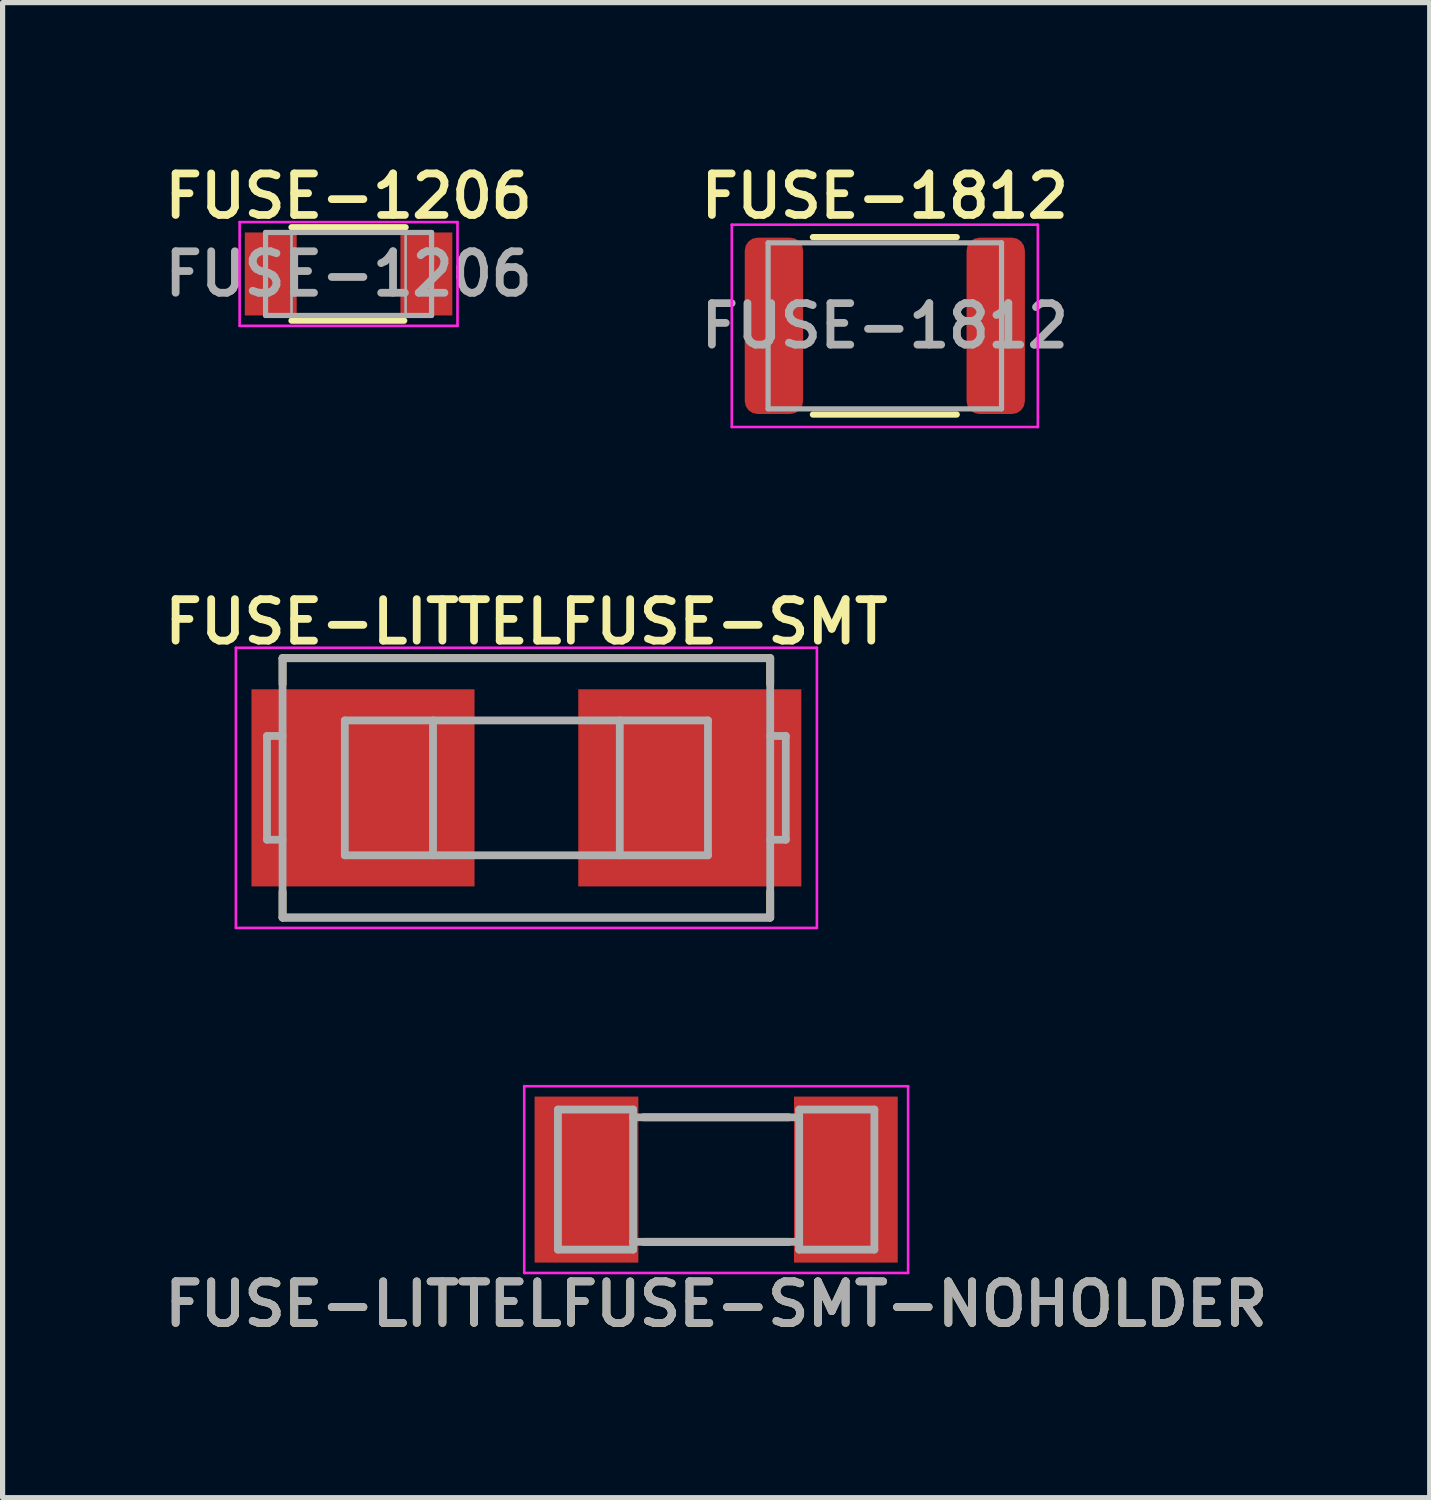
<source format=kicad_pcb>
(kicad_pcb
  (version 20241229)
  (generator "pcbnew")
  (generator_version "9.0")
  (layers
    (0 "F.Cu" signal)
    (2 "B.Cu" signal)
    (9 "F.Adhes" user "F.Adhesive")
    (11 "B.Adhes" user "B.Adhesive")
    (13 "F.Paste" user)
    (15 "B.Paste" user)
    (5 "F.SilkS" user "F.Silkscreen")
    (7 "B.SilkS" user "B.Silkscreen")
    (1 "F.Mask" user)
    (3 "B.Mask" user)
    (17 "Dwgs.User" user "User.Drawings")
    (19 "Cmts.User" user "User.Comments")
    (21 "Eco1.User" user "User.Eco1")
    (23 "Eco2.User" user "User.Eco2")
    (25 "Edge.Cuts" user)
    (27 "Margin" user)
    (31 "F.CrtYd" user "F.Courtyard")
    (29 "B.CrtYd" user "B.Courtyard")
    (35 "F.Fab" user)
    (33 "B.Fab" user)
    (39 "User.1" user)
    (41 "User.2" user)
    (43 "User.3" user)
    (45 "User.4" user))
  (footprint "FUSE-1206"
    (layer "F.Cu")
    (at 3.669 2.231)
    (property "Reference" "FUSE-1206" (at 0 -1.5 0) (layer "F.SilkS") (effects (font (size 0.8 0.8) (thickness 0.15))))
    (attr smd)
    (fp_line (start -1.1 -0.9) (end 1.1 -0.9) (stroke (width 0.12) (type solid)) (layer "F.SilkS"))
    (fp_line (start -1.1 0.9) (end 1.073 0.9) (stroke (width 0.12) (type solid)) (layer "F.SilkS"))
    (fp_line (start -2.1 -1) (end 2.1 -1) (stroke (width 0.05) (type solid)) (layer "F.CrtYd"))
    (fp_line (start -2.1 1) (end -2.1 -1) (stroke (width 0.05) (type solid)) (layer "F.CrtYd"))
    (fp_line (start 2.1 -1) (end 2.1 1) (stroke (width 0.05) (type solid)) (layer "F.CrtYd"))
    (fp_line (start 2.1 1) (end -2.1 1) (stroke (width 0.05) (type solid)) (layer "F.CrtYd"))
    (fp_line (start -1.6 -0.8) (end 1.6 -0.8) (stroke (width 0.1) (type solid)) (layer "F.Fab"))
    (fp_line (start -1.6 0.8) (end -1.6 -0.8) (stroke (width 0.1) (type solid)) (layer "F.Fab"))
    (fp_line (start -1.1 0.8) (end -1.1 -0.8) (stroke (width 0.05) (type solid)) (layer "F.Fab"))
    (fp_line (start 1.1 0.8) (end 1.1 -0.8) (stroke (width 0.05) (type solid)) (layer "F.Fab"))
    (fp_line (start 1.6 -0.8) (end 1.6 0.8) (stroke (width 0.1) (type solid)) (layer "F.Fab"))
    (fp_line (start 1.6 0.8) (end -1.6 0.8) (stroke (width 0.1) (type solid)) (layer "F.Fab"))
    (fp_text user "${REFERENCE}" (at 0 0 0) (layer "F.Fab") (effects (font (size 0.8 0.8) (thickness 0.15))))
    (pad "1" smd rect (at -1.5 0) (size 1 1.6) (layers "F.Cu" "F.Mask" "F.Paste"))
    (pad "2" smd rect (at 1.5 0) (size 1 1.6) (layers "F.Cu" "F.Mask" "F.Paste")))
  (footprint "FUSE-LITTELFUSE-SMT"
    (layer "F.Cu")
    (at 7.097 12.137)
    (property "Reference" "FUSE-LITTELFUSE-SMT" (at 0 -3.2 0) (layer "F.SilkS") (effects (font (size 0.8 0.8) (thickness 0.15))))
    (attr through_hole)
    (fp_line (start -4.7 -2.5) (end 4.7 -2.5) (stroke (width 0.15) (type solid)) (layer "F.SilkS"))
    (fp_line (start -4.7 -2) (end -4.7 -2.5) (stroke (width 0.15) (type solid)) (layer "F.SilkS"))
    (fp_line (start -4.7 2.5) (end -4.7 2) (stroke (width 0.15) (type solid)) (layer "F.SilkS"))
    (fp_line (start 4.7 -2.5) (end 4.7 -2) (stroke (width 0.15) (type solid)) (layer "F.SilkS"))
    (fp_line (start 4.7 2) (end 4.7 2.5) (stroke (width 0.15) (type solid)) (layer "F.SilkS"))
    (fp_line (start 4.7 2.5) (end -4.7 2.5) (stroke (width 0.15) (type solid)) (layer "F.SilkS"))
    (fp_line (start -5.6 -2.7) (end 5.6 -2.7) (stroke (width 0.05) (type solid)) (layer "F.CrtYd"))
    (fp_line (start -5.6 2.7) (end -5.6 -2.7) (stroke (width 0.05) (type solid)) (layer "F.CrtYd"))
    (fp_line (start 5.6 -2.7) (end 5.6 2.7) (stroke (width 0.05) (type solid)) (layer "F.CrtYd"))
    (fp_line (start 5.6 2.7) (end -5.6 2.7) (stroke (width 0.05) (type solid)) (layer "F.CrtYd"))
    (fp_line (start -5 -1) (end -5 1) (stroke (width 0.15) (type solid)) (layer "F.Fab"))
    (fp_line (start -5 1) (end -4.7 1) (stroke (width 0.15) (type solid)) (layer "F.Fab"))
    (fp_line (start -4.7 -2.5) (end -4.7 2.5) (stroke (width 0.15) (type solid)) (layer "F.Fab"))
    (fp_line (start -4.7 -1) (end -5 -1) (stroke (width 0.15) (type solid)) (layer "F.Fab"))
    (fp_line (start -4.7 2.5) (end 4.7 2.5) (stroke (width 0.15) (type solid)) (layer "F.Fab"))
    (fp_line (start -3.5 -1.3) (end -3.5 1.3) (stroke (width 0.15) (type solid)) (layer "F.Fab"))
    (fp_line (start -3.5 1.3) (end 3.5 1.3) (stroke (width 0.15) (type solid)) (layer "F.Fab"))
    (fp_line (start -1.8 -1.3) (end -1.8 1.3) (stroke (width 0.15) (type solid)) (layer "F.Fab"))
    (fp_line (start 1.8 -1.3) (end 1.8 1.3) (stroke (width 0.15) (type solid)) (layer "F.Fab"))
    (fp_line (start 3.5 -1.3) (end -3.5 -1.3) (stroke (width 0.15) (type solid)) (layer "F.Fab"))
    (fp_line (start 3.5 1.3) (end 3.5 -1.3) (stroke (width 0.15) (type solid)) (layer "F.Fab"))
    (fp_line (start 4.7 -2.5) (end -4.7 -2.5) (stroke (width 0.15) (type solid)) (layer "F.Fab"))
    (fp_line (start 4.7 -1) (end 5 -1) (stroke (width 0.15) (type solid)) (layer "F.Fab"))
    (fp_line (start 4.7 2.5) (end 4.7 -2.5) (stroke (width 0.15) (type solid)) (layer "F.Fab"))
    (fp_line (start 5 -1) (end 5 1) (stroke (width 0.15) (type solid)) (layer "F.Fab"))
    (fp_line (start 5 1) (end 4.7 1) (stroke (width 0.15) (type solid)) (layer "F.Fab"))
    (pad "1" smd rect (at -3.15 0) (size 4.3 3.8) (layers "F.Cu" "F.Mask" "F.Paste"))
    (pad "2" smd rect (at 3.15 0) (size 4.3 3.8) (layers "F.Cu" "F.Mask" "F.Paste")))
  (footprint "FUSE-LITTELFUSE-SMT-NOHOLDER"
    (layer "F.Cu")
    (at 10.755 19.688)
    (property "Reference" "FUSE-LITTELFUSE-SMT-NOHOLDER" (at 0 2.4 0) (layer "F.SilkS") (effects (font (size 0.8 0.8) (thickness 0.15))))
    (attr smd)
    (fp_line (start -1.4 -1.2) (end 1.4 -1.2) (stroke (width 0.15) (type solid)) (layer "F.SilkS"))
    (fp_line (start -1.4 1.2) (end 1.4 1.2) (stroke (width 0.15) (type solid)) (layer "F.SilkS"))
    (fp_line (start -3.7 -1.8) (end 3.7 -1.8) (stroke (width 0.05) (type solid)) (layer "F.CrtYd"))
    (fp_line (start -3.7 1.8) (end -3.7 -1.8) (stroke (width 0.05) (type solid)) (layer "F.CrtYd"))
    (fp_line (start 3.7 -1.8) (end 3.7 1.8) (stroke (width 0.05) (type solid)) (layer "F.CrtYd"))
    (fp_line (start 3.7 1.8) (end -3.7 1.8) (stroke (width 0.05) (type solid)) (layer "F.CrtYd"))
    (fp_line (start -3.05 -1.35) (end -3.05 1.35) (stroke (width 0.15) (type solid)) (layer "F.Fab"))
    (fp_line (start -3.05 1.35) (end -1.6 1.35) (stroke (width 0.15) (type solid)) (layer "F.Fab"))
    (fp_line (start -1.6 -1.35) (end -3.05 -1.35) (stroke (width 0.15) (type solid)) (layer "F.Fab"))
    (fp_line (start -1.6 -1.2) (end -1.6 -1.35) (stroke (width 0.15) (type solid)) (layer "F.Fab"))
    (fp_line (start -1.6 -1.2) (end 1.6 -1.2) (stroke (width 0.15) (type solid)) (layer "F.Fab"))
    (fp_line (start -1.6 1.2) (end -1.6 -1.2) (stroke (width 0.15) (type solid)) (layer "F.Fab"))
    (fp_line (start -1.6 1.35) (end -1.6 1.2) (stroke (width 0.15) (type solid)) (layer "F.Fab"))
    (fp_line (start 1.6 -1.35) (end 3.05 -1.35) (stroke (width 0.15) (type solid)) (layer "F.Fab"))
    (fp_line (start 1.6 -1.2) (end 1.6 -1.35) (stroke (width 0.15) (type solid)) (layer "F.Fab"))
    (fp_line (start 1.6 -1.2) (end 1.6 1.2) (stroke (width 0.15) (type solid)) (layer "F.Fab"))
    (fp_line (start 1.6 1.2) (end -1.6 1.2) (stroke (width 0.15) (type solid)) (layer "F.Fab"))
    (fp_line (start 1.6 1.35) (end 1.6 1.2) (stroke (width 0.15) (type solid)) (layer "F.Fab"))
    (fp_line (start 3.05 -1.35) (end 3.05 1.35) (stroke (width 0.15) (type solid)) (layer "F.Fab"))
    (fp_line (start 3.05 1.35) (end 1.6 1.35) (stroke (width 0.15) (type solid)) (layer "F.Fab"))
    (fp_text user "${REFERENCE}" (at 0 2.4 0) (layer "F.Fab") (effects (font (size 0.8 0.8) (thickness 0.15))))
    (pad "1" smd rect (at -2.5 0) (size 2 3.2) (layers "F.Cu" "F.Mask" "F.Paste"))
    (pad "2" smd rect (at 2.5 0) (size 2 3.2) (layers "F.Cu" "F.Mask" "F.Paste")))
  (footprint "FUSE-1812"
    (layer "F.Cu")
    (at 14.006 3.231)
    (property "Reference" "FUSE-1812" (at 0 -2.5 0) (layer "F.SilkS") (effects (font (size 0.8 0.8) (thickness 0.15))))
    (attr smd)
    (fp_line (start -1.386 -1.71) (end 1.386 -1.71) (stroke (width 0.12) (type solid)) (layer "F.SilkS"))
    (fp_line (start -1.386 1.71) (end 1.386 1.71) (stroke (width 0.12) (type solid)) (layer "F.SilkS"))
    (fp_line (start -2.95 -1.95) (end 2.95 -1.95) (stroke (width 0.05) (type solid)) (layer "F.CrtYd"))
    (fp_line (start -2.95 1.95) (end -2.95 -1.95) (stroke (width 0.05) (type solid)) (layer "F.CrtYd"))
    (fp_line (start 2.95 -1.95) (end 2.95 1.95) (stroke (width 0.05) (type solid)) (layer "F.CrtYd"))
    (fp_line (start 2.95 1.95) (end -2.95 1.95) (stroke (width 0.05) (type solid)) (layer "F.CrtYd"))
    (fp_line (start -2.25 -1.6) (end 2.25 -1.6) (stroke (width 0.1) (type solid)) (layer "F.Fab"))
    (fp_line (start -2.25 1.6) (end -2.25 -1.6) (stroke (width 0.1) (type solid)) (layer "F.Fab"))
    (fp_line (start 2.25 -1.6) (end 2.25 1.6) (stroke (width 0.1) (type solid)) (layer "F.Fab"))
    (fp_line (start 2.25 1.6) (end -2.25 1.6) (stroke (width 0.1) (type solid)) (layer "F.Fab"))
    (fp_text user "${REFERENCE}" (at 0 0 0) (layer "F.Fab") (effects (font (size 0.8 0.8) (thickness 0.15))))
    (pad "1" smd roundrect (at -2.138 0) (size 1.125 3.4) (layers "F.Cu" "F.Mask" "F.Paste") (roundrect_rratio 0.222))
    (pad "2" smd roundrect (at 2.138 0) (size 1.125 3.4) (layers "F.Cu" "F.Mask" "F.Paste") (roundrect_rratio 0.222)))
  (gr_rect
    (start -3 -3)
    (end 24.509 25.819)
    (stroke (width 0.1) (type default))
    (fill no)
    (layer "Edge.Cuts")))
</source>
